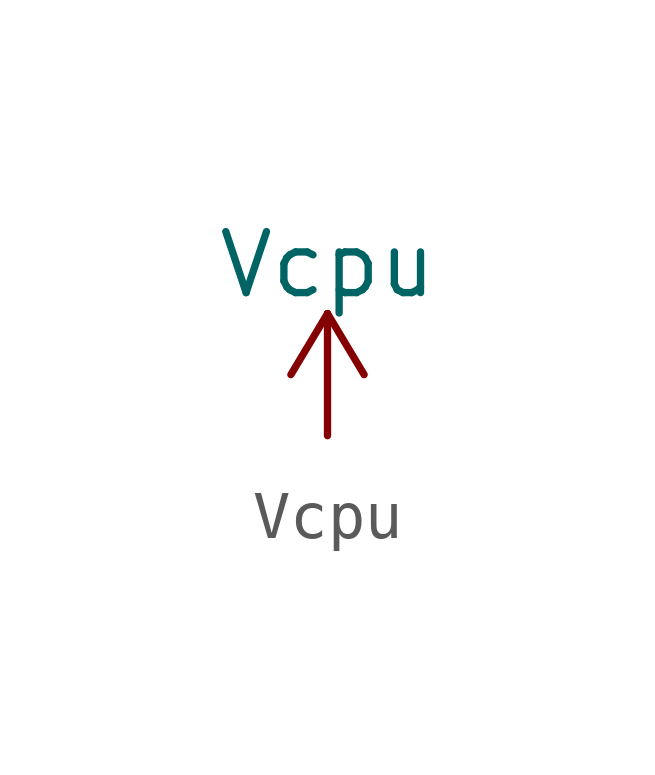
<source format=kicad_sym>
(kicad_symbol_lib
  (version 20211014)
  (generator kicad_symbol_editor)
  (symbol "Vcpu"
    (power)
    (pin_names
      (offset 0))
    (property "Reference" "#PWR"
      (at 0 -3.81 0)
      (effects (font (size 1.27 1.27)) hide))
    (property "Value" "Vcpu"
      (at 0 3.556 0)
      (effects (font (size 1.27 1.27))))
    (symbol "Vcpu_0_1"
      (polyline (pts (xy -0.762 1.27) (xy 0 2.54)) (stroke (width 0) (type default) (color 0 0 0 0)) (fill (type none)))
      (polyline (pts (xy 0 0) (xy 0 2.54)) (stroke (width 0) (type default) (color 0 0 0 0)) (fill (type none)))
      (polyline (pts (xy 0 2.54) (xy 0.762 1.27)) (stroke (width 0) (type default) (color 0 0 0 0)) (fill (type none))))
    (symbol "Vcpu_1_1"
      (pin power_in line (at 0 0 90) (length 0) hide (name "+1V8" (effects (font (size 1.27 1.27)))) (number "1" (effects (font (size 1.27 1.27))))))))
</source>
